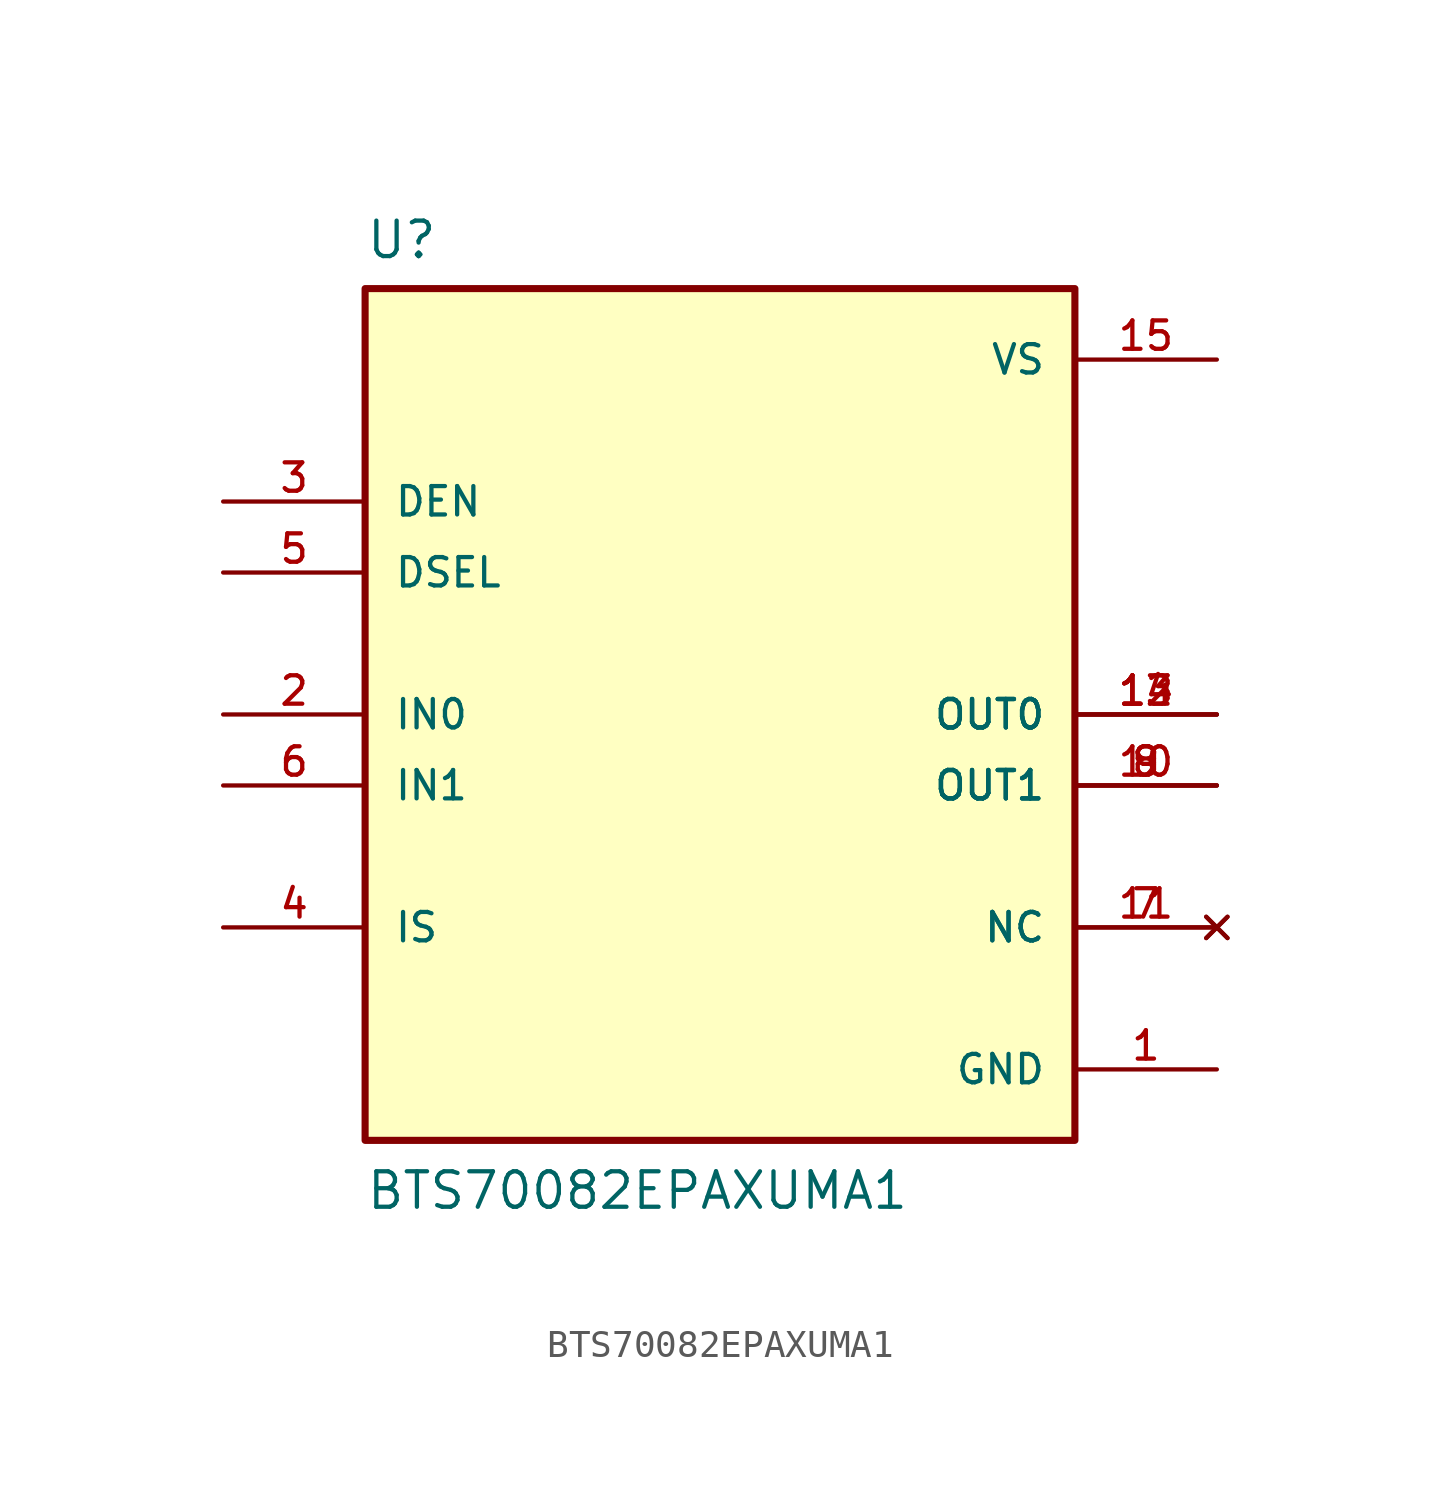
<source format=kicad_sym>
(kicad_symbol_lib
  (version 20211014)
  (generator kicad_symbol_editor)
  (symbol "BTS70082EPAXUMA1"
    (pin_names
      (offset 1.016))
    (property "Reference" "U"
      (at -12.7 16.24 0.0)
      (effects (font (size 1.27 1.27)) (justify bottom left)))
    (property "Value" "BTS70082EPAXUMA1"
      (at -12.7 -17.78 0.0)
      (effects (font (size 1.27 1.27)) (justify bottom left)))
    (symbol "BTS70082EPAXUMA1_0_0"
      (rectangle (start -12.7 -15.24) (end 12.7 15.24) (stroke (width 0.254)) (fill (type background)))
      (pin input line (at -17.78 7.62 0) (length 5.08) (name "DEN" (effects (font (size 1.016 1.016)))) (number "3" (effects (font (size 1.016 1.016)))))
      (pin input line (at -17.78 0.0 0) (length 5.08) (name "IN0" (effects (font (size 1.016 1.016)))) (number "2" (effects (font (size 1.016 1.016)))))
      (pin input line (at -17.78 -7.62 0) (length 5.08) (name "IS" (effects (font (size 1.016 1.016)))) (number "4" (effects (font (size 1.016 1.016)))))
      (pin no_connect line (at 17.78 -7.62 180.0) (length 5.08) (name "NC" (effects (font (size 1.016 1.016)))) (number "7" (effects (font (size 1.016 1.016)))))
      (pin no_connect line (at 17.78 -7.62 180.0) (length 5.08) (name "NC" (effects (font (size 1.016 1.016)))) (number "11" (effects (font (size 1.016 1.016)))))
      (pin power_in line (at 17.78 12.7 180.0) (length 5.08) (name "VS" (effects (font (size 1.016 1.016)))) (number "15" (effects (font (size 1.016 1.016)))))
      (pin output line (at 17.78 0.0 180.0) (length 5.08) (name "OUT0" (effects (font (size 1.016 1.016)))) (number "12" (effects (font (size 1.016 1.016)))))
      (pin output line (at 17.78 0.0 180.0) (length 5.08) (name "OUT0" (effects (font (size 1.016 1.016)))) (number "13" (effects (font (size 1.016 1.016)))))
      (pin output line (at 17.78 0.0 180.0) (length 5.08) (name "OUT0" (effects (font (size 1.016 1.016)))) (number "14" (effects (font (size 1.016 1.016)))))
      (pin power_in line (at 17.78 -12.7 180.0) (length 5.08) (name "GND" (effects (font (size 1.016 1.016)))) (number "1" (effects (font (size 1.016 1.016)))))
      (pin output line (at 17.78 -2.54 180.0) (length 5.08) (name "OUT1" (effects (font (size 1.016 1.016)))) (number "8" (effects (font (size 1.016 1.016)))))
      (pin output line (at 17.78 -2.54 180.0) (length 5.08) (name "OUT1" (effects (font (size 1.016 1.016)))) (number "9" (effects (font (size 1.016 1.016)))))
      (pin output line (at 17.78 -2.54 180.0) (length 5.08) (name "OUT1" (effects (font (size 1.016 1.016)))) (number "10" (effects (font (size 1.016 1.016)))))
      (pin input line (at -17.78 -2.54 0) (length 5.08) (name "IN1" (effects (font (size 1.016 1.016)))) (number "6" (effects (font (size 1.016 1.016)))))
      (pin input line (at -17.78 5.08 0) (length 5.08) (name "DSEL" (effects (font (size 1.016 1.016)))) (number "5" (effects (font (size 1.016 1.016))))))))
</source>
